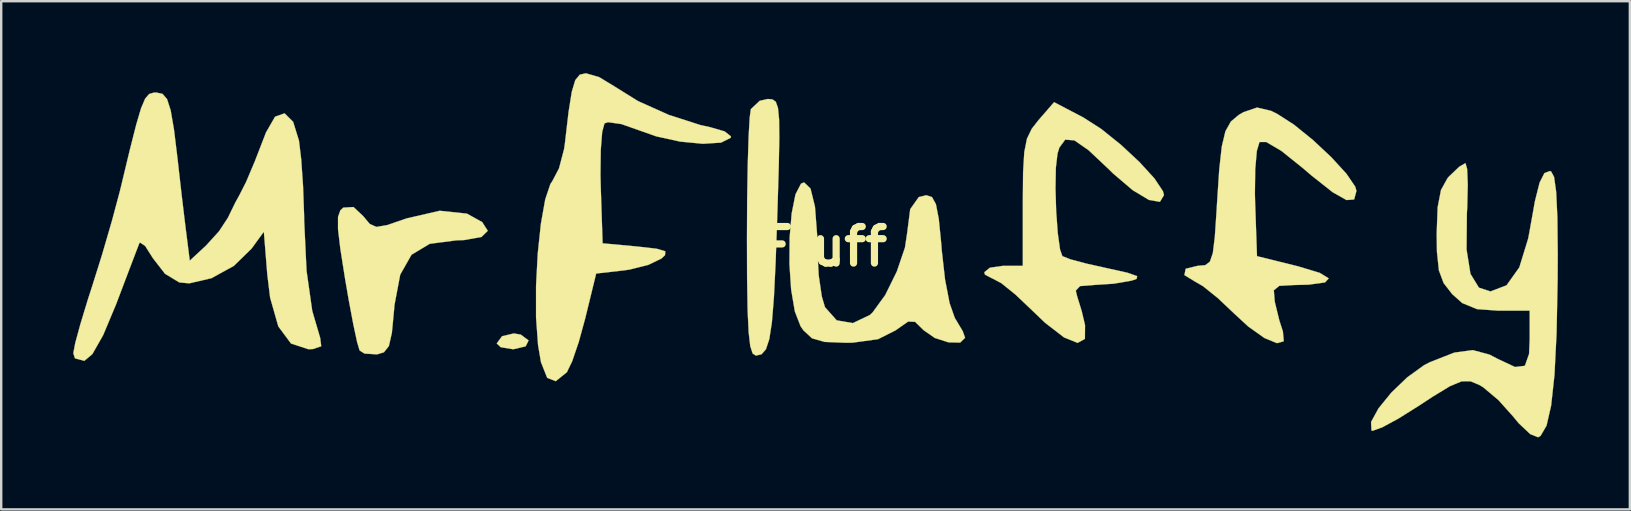
<source format=kicad_pcb>
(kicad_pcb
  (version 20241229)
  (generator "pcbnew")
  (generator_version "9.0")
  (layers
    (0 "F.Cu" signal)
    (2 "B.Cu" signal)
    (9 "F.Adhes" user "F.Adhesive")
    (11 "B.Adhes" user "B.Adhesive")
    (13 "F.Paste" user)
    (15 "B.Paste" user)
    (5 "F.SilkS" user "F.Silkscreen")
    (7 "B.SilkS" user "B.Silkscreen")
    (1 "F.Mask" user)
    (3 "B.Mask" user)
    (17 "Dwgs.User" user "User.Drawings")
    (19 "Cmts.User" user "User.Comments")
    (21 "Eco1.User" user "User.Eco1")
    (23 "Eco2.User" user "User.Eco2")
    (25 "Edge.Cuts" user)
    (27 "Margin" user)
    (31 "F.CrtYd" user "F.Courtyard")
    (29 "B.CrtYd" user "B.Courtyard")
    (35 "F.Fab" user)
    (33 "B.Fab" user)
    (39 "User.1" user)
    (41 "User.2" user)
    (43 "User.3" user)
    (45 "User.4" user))
  (footprint "Fluff"
    (layer "F.Cu")
    (at 31.287 7.224)
    (property "Reference" "Fluff" (at 0 0 0) (layer "F.SilkS") (effects (font (size 1.524 1.524) (thickness 0.3))))
    (attr through_hole)
    (fp_poly (pts (xy -12.633 3.671) (xy -12.308 3.914) (xy -12.431 4.159) (xy -12.933 4.278) (xy -12.967 4.278) (xy -13.47 4.196) (xy -13.636 4.039) (xy -13.415 3.738) (xy -12.925 3.622) (xy -12.633 3.671)) (stroke (width 0.01) (type solid)) (fill yes) (layer "F.SilkS"))
    (fp_poly (pts (xy -2.144 -6.132) (xy -2.006 -6.033) (xy -1.916 -5.778) (xy -1.869 -5.298) (xy -1.86 -4.518) (xy -1.882 -3.367) (xy -1.929 -1.772) (xy -1.945 -1.27) (xy -2.013 0.655) (xy -2.084 2.11) (xy -2.169 3.157) (xy -2.277 3.86) (xy -2.418 4.283) (xy -2.601 4.491) (xy -2.836 4.545) (xy -2.971 4.458) (xy -3.07 4.155) (xy -3.138 3.57) (xy -3.181 2.64) (xy -3.203 1.3) (xy -3.208 -0.379) (xy -3.2 -1.972) (xy -3.176 -3.397) (xy -3.14 -4.561) (xy -3.095 -5.371) (xy -3.046 -5.727) (xy -2.676 -6.074) (xy -2.337 -6.149) (xy -2.144 -6.132)) (stroke (width 0.01) (type solid)) (fill yes) (layer "F.SilkS"))
    (fp_poly (pts (xy -19.204 -1.27) (xy -18.926 -0.939) (xy -18.647 -0.817) (xy -18.201 -0.894) (xy -17.423 -1.161) (xy -17.396 -1.171) (xy -16.012 -1.49) (xy -14.879 -1.371) (xy -14.242 -1.018) (xy -14.01 -0.655) (xy -14.274 -0.398) (xy -15.001 -0.269) (xy -15.323 -0.258) (xy -16.427 -0.114) (xy -17.187 0.341) (xy -17.658 1.17) (xy -17.897 2.434) (xy -17.914 2.636) (xy -18.006 3.598) (xy -18.131 4.147) (xy -18.337 4.407) (xy -18.624 4.494) (xy -19.147 4.461) (xy -19.35 4.333) (xy -19.455 3.981) (xy -19.617 3.224) (xy -19.812 2.185) (xy -19.955 1.353) (xy -20.153 0.098) (xy -20.251 -0.731) (xy -20.25 -1.234) (xy -20.153 -1.51) (xy -20.031 -1.621) (xy -19.604 -1.646) (xy -19.204 -1.27)) (stroke (width 0.01) (type solid)) (fill yes) (layer "F.SilkS"))
    (fp_poly (pts (xy -0.559 -2.415) (xy -0.374 -1.661) (xy -0.281 -0.446) (xy -0.271 0.188) (xy -0.219 1.196) (xy -0.089 2.081) (xy 0.043 2.527) (xy 0.531 3.075) (xy 1.204 3.191) (xy 1.909 2.856) (xy 2.025 2.749) (xy 2.552 2.025) (xy 3.038 1.04) (xy 3.377 0.04) (xy 3.47 -0.58) (xy 3.595 -1.558) (xy 3.952 -2.061) (xy 4.267 -2.139) (xy 4.502 -2.062) (xy 4.666 -1.767) (xy 4.785 -1.155) (xy 4.888 -0.127) (xy 4.91 0.161) (xy 5.046 1.372) (xy 5.237 2.36) (xy 5.454 2.979) (xy 5.485 3.027) (xy 5.786 3.53) (xy 5.882 3.803) (xy 5.677 4.003) (xy 5.191 3.993) (xy 4.619 3.809) (xy 4.153 3.486) (xy 4.151 3.483) (xy 3.798 3.138) (xy 3.51 3.126) (xy 3.053 3.445) (xy 3.004 3.483) (xy 2.255 3.861) (xy 1.195 4.006) (xy 0.906 4.011) (xy 0.029 3.975) (xy -0.498 3.824) (xy -0.857 3.49) (xy -0.973 3.323) (xy -1.213 2.704) (xy -1.367 1.796) (xy -1.438 0.728) (xy -1.43 -0.374) (xy -1.344 -1.384) (xy -1.186 -2.175) (xy -0.956 -2.62) (xy -0.828 -2.674) (xy -0.559 -2.415)) (stroke (width 0.01) (type solid)) (fill yes) (layer "F.SilkS"))
    (fp_poly (pts (xy -9.369 -7.06) (xy -8.753 -6.687) (xy -7.75 -6.062) (xy -6.466 -5.486) (xy -5.149 -5.063) (xy -4.738 -4.973) (xy -4.137 -4.798) (xy -3.875 -4.59) (xy -3.885 -4.532) (xy -4.287 -4.331) (xy -5.042 -4.282) (xy -5.994 -4.373) (xy -6.987 -4.591) (xy -7.642 -4.822) (xy -8.436 -5.102) (xy -8.996 -5.182) (xy -9.146 -5.132) (xy -9.242 -4.775) (xy -9.301 -4.02) (xy -9.313 -3.003) (xy -9.302 -2.516) (xy -9.224 -0.134) (xy -7.776 0) (xy -6.968 0.092) (xy -6.611 0.198) (xy -6.623 0.359) (xy -6.774 0.501) (xy -7.316 0.763) (xy -8.115 0.963) (xy -8.355 0.996) (xy -9.492 1.125) (xy -9.949 2.996) (xy -10.218 3.977) (xy -10.491 4.779) (xy -10.71 5.232) (xy -10.717 5.241) (xy -11.178 5.611) (xy -11.533 5.473) (xy -11.793 4.819) (xy -11.914 4.107) (xy -11.998 2.953) (xy -11.998 1.639) (xy -11.927 0.294) (xy -11.796 -0.949) (xy -11.616 -1.961) (xy -11.399 -2.609) (xy -11.326 -2.714) (xy -11.04 -3.259) (xy -10.829 -4.064) (xy -10.792 -4.324) (xy -10.643 -5.607) (xy -10.509 -6.447) (xy -10.363 -6.935) (xy -10.176 -7.162) (xy -9.922 -7.219) (xy -9.917 -7.219) (xy -9.369 -7.06)) (stroke (width 0.01) (type solid)) (fill yes) (layer "F.SilkS"))
    (fp_poly (pts (xy 18.629 -5.656) (xy 18.88 -5.534) (xy 19.586 -5.08) (xy 20.381 -4.437) (xy 21.149 -3.717) (xy 21.775 -3.033) (xy 22.141 -2.496) (xy 22.192 -2.321) (xy 22.095 -1.961) (xy 21.777 -1.937) (xy 21.194 -2.267) (xy 20.306 -2.97) (xy 19.988 -3.243) (xy 19.062 -3.987) (xy 18.434 -4.355) (xy 18.151 -4.355) (xy 18.04 -3.983) (xy 17.973 -3.22) (xy 17.96 -2.209) (xy 17.969 -1.847) (xy 18.047 0.401) (xy 19.759 0.825) (xy 20.663 1.098) (xy 21.037 1.326) (xy 20.883 1.495) (xy 20.204 1.589) (xy 19.596 1.604) (xy 18.973 1.639) (xy 18.748 1.825) (xy 18.787 2.287) (xy 18.797 2.339) (xy 18.975 3.069) (xy 19.127 3.543) (xy 19.163 3.947) (xy 18.88 4.027) (xy 18.36 3.814) (xy 17.685 3.336) (xy 17.112 2.808) (xy 16.413 2.147) (xy 15.795 1.651) (xy 15.452 1.453) (xy 15.022 1.19) (xy 15.075 0.926) (xy 15.581 0.802) (xy 15.602 0.802) (xy 15.892 0.776) (xy 16.084 0.631) (xy 16.207 0.27) (xy 16.29 -0.406) (xy 16.363 -1.496) (xy 16.381 -1.805) (xy 16.473 -3.204) (xy 16.58 -4.17) (xy 16.731 -4.804) (xy 16.958 -5.209) (xy 17.288 -5.486) (xy 17.49 -5.603) (xy 18.05 -5.792) (xy 18.629 -5.656)) (stroke (width 0.01) (type solid)) (fill yes) (layer "F.SilkS"))
    (fp_poly (pts (xy 10.812 -5.377) (xy 11.552 -4.902) (xy 12.369 -4.247) (xy 13.147 -3.523) (xy 13.772 -2.839) (xy 14.128 -2.306) (xy 14.171 -2.145) (xy 14.002 -1.863) (xy 13.544 -1.942) (xy 12.87 -2.346) (xy 12.052 -3.042) (xy 11.889 -3.203) (xy 11.03 -4.013) (xy 10.439 -4.424) (xy 10.054 -4.455) (xy 9.812 -4.126) (xy 9.733 -3.87) (xy 9.665 -3.287) (xy 9.649 -2.428) (xy 9.678 -1.462) (xy 9.745 -0.554) (xy 9.84 0.126) (xy 9.937 0.4) (xy 10.26 0.53) (xy 10.954 0.715) (xy 11.785 0.9) (xy 12.656 1.094) (xy 13.053 1.235) (xy 13.029 1.35) (xy 12.822 1.421) (xy 12.073 1.549) (xy 11.268 1.601) (xy 10.672 1.649) (xy 10.495 1.838) (xy 10.551 2.072) (xy 10.743 2.693) (xy 10.881 3.275) (xy 10.876 3.848) (xy 10.571 4.016) (xy 10.004 3.787) (xy 9.21 3.173) (xy 8.689 2.674) (xy 7.987 2.007) (xy 7.394 1.528) (xy 7.035 1.337) (xy 7.028 1.337) (xy 6.711 1.172) (xy 6.684 1.069) (xy 6.917 0.882) (xy 7.476 0.802) (xy 7.486 0.802) (xy 8.288 0.802) (xy 8.288 -1.857) (xy 8.299 -3.099) (xy 8.349 -3.936) (xy 8.461 -4.496) (xy 8.661 -4.909) (xy 8.94 -5.266) (xy 9.591 -6.016) (xy 10.812 -5.377)) (stroke (width 0.01) (type solid)) (fill yes) (layer "F.SilkS"))
    (fp_poly (pts (xy 26.805 -3.23) (xy 26.831 -2.579) (xy 26.809 -1.649) (xy 26.794 -1.379) (xy 26.78 0.119) (xy 26.943 1.139) (xy 27.295 1.713) (xy 27.774 1.872) (xy 28.447 1.616) (xy 28.979 0.869) (xy 29.351 -0.341) (xy 29.409 -0.657) (xy 29.63 -1.892) (xy 29.826 -2.668) (xy 30.025 -3.061) (xy 30.253 -3.145) (xy 30.302 -3.132) (xy 30.428 -2.899) (xy 30.515 -2.276) (xy 30.565 -1.221) (xy 30.581 0.305) (xy 30.576 1.362) (xy 30.532 3.608) (xy 30.444 5.353) (xy 30.305 6.627) (xy 30.114 7.462) (xy 29.865 7.889) (xy 29.761 7.949) (xy 29.433 7.816) (xy 28.952 7.363) (xy 28.724 7.086) (xy 28.11 6.4) (xy 27.476 5.867) (xy 27.312 5.767) (xy 26.94 5.614) (xy 26.574 5.618) (xy 26.086 5.821) (xy 25.354 6.266) (xy 24.81 6.624) (xy 23.952 7.163) (xy 23.265 7.535) (xy 22.866 7.678) (xy 22.818 7.667) (xy 22.801 7.311) (xy 23.11 6.746) (xy 23.647 6.086) (xy 24.312 5.448) (xy 25.007 4.947) (xy 25.251 4.82) (xy 26.272 4.42) (xy 27.038 4.317) (xy 27.732 4.502) (xy 28.074 4.679) (xy 28.801 5.021) (xy 29.211 4.97) (xy 29.385 4.476) (xy 29.411 3.877) (xy 29.411 2.674) (xy 28.12 2.674) (xy 27.214 2.608) (xy 26.599 2.355) (xy 26.182 1.983) (xy 25.824 1.523) (xy 25.627 0.992) (xy 25.546 0.219) (xy 25.535 -0.53) (xy 25.575 -1.634) (xy 25.715 -2.357) (xy 25.987 -2.848) (xy 26.044 -2.914) (xy 26.472 -3.323) (xy 26.734 -3.476) (xy 26.805 -3.23)) (stroke (width 0.01) (type solid)) (fill yes) (layer "F.SilkS"))
    (fp_poly (pts (xy -27.566 -6.363) (xy -27.376 -6.145) (xy -27.224 -5.676) (xy -27.086 -4.871) (xy -26.936 -3.643) (xy -26.888 -3.208) (xy -26.767 -2.149) (xy -26.629 -0.997) (xy -26.593 -0.708) (xy -26.429 0.589) (xy -25.752 -0.039) (xy -25.209 -0.636) (xy -24.841 -1.196) (xy -24.838 -1.203) (xy -24.527 -1.839) (xy -24.362 -2.139) (xy -24.081 -2.691) (xy -23.715 -3.557) (xy -23.25 -4.758) (xy -22.874 -5.411) (xy -22.477 -5.551) (xy -22.12 -5.196) (xy -21.877 -4.409) (xy -21.784 -3.628) (xy -21.708 -2.525) (xy -21.664 -1.313) (xy -21.661 -1.069) (xy -21.562 1.01) (xy -21.324 2.685) (xy -20.993 3.81) (xy -20.95 4.156) (xy -21.301 4.273) (xy -21.488 4.278) (xy -22.21 4.042) (xy -22.739 3.328) (xy -23.081 2.126) (xy -23.198 1.162) (xy -23.341 -0.618) (xy -23.856 0.089) (xy -24.593 0.807) (xy -25.524 1.319) (xy -26.449 1.534) (xy -26.864 1.496) (xy -27.461 1.135) (xy -27.97 0.479) (xy -27.978 0.464) (xy -28.29 -0.027) (xy -28.504 -0.169) (xy -28.532 -0.134) (xy -28.669 0.222) (xy -28.946 0.949) (xy -29.314 1.918) (xy -29.498 2.404) (xy -30.037 3.69) (xy -30.488 4.483) (xy -30.821 4.763) (xy -31.213 4.66) (xy -31.282 4.446) (xy -31.202 4.024) (xy -30.987 3.234) (xy -30.677 2.213) (xy -30.506 1.686) (xy -30.086 0.348) (xy -29.671 -1.075) (xy -29.339 -2.317) (xy -29.285 -2.54) (xy -28.926 -4.034) (xy -28.659 -5.084) (xy -28.456 -5.77) (xy -28.286 -6.168) (xy -28.12 -6.357) (xy -27.928 -6.414) (xy -27.82 -6.417) (xy -27.566 -6.363)) (stroke (width 0.01) (type solid)) (fill yes) (layer "F.SilkS")))
  (gr_rect
    (start -3 -3)
    (end 64.873 18.178)
    (stroke (width 0.1) (type default))
    (fill no)
    (layer "Edge.Cuts")))
</source>
